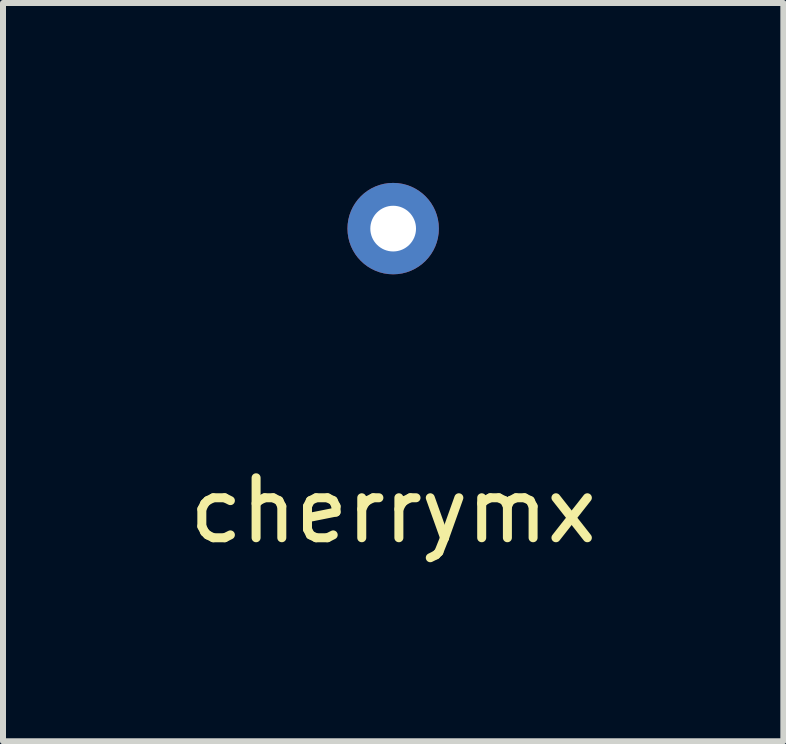
<source format=kicad_pcb>
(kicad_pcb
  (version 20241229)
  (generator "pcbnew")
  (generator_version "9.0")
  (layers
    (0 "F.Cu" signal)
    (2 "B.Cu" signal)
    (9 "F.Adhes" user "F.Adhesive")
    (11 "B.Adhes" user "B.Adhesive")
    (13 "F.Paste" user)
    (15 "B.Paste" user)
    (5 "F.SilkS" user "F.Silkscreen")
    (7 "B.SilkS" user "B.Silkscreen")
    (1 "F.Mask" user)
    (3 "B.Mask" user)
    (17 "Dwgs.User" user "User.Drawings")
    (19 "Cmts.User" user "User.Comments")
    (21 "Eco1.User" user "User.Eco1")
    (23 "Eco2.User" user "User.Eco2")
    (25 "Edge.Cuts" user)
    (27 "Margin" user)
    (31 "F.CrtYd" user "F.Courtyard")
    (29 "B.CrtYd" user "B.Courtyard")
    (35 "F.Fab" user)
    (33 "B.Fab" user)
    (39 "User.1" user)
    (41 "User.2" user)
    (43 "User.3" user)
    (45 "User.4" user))
  (footprint "cherrymx"
    (layer "F.Cu")
    (at 3.506 0.712)
    (property "Reference" "cherrymx" (at 0 4.75 0) (layer "F.SilkS") (effects (font (size 1 1) (thickness 0.15))))
    (attr through_hole)
    (pad "1" thru_hole circle (at 0 0.05) (size 1.524 1.524) (drill 0.762) (layers "*.Cu" "*.Mask")))
  (gr_rect
    (start -3 -3)
    (end 10.012 9.31)
    (stroke (width 0.1) (type default))
    (fill no)
    (layer "Edge.Cuts")))
</source>
